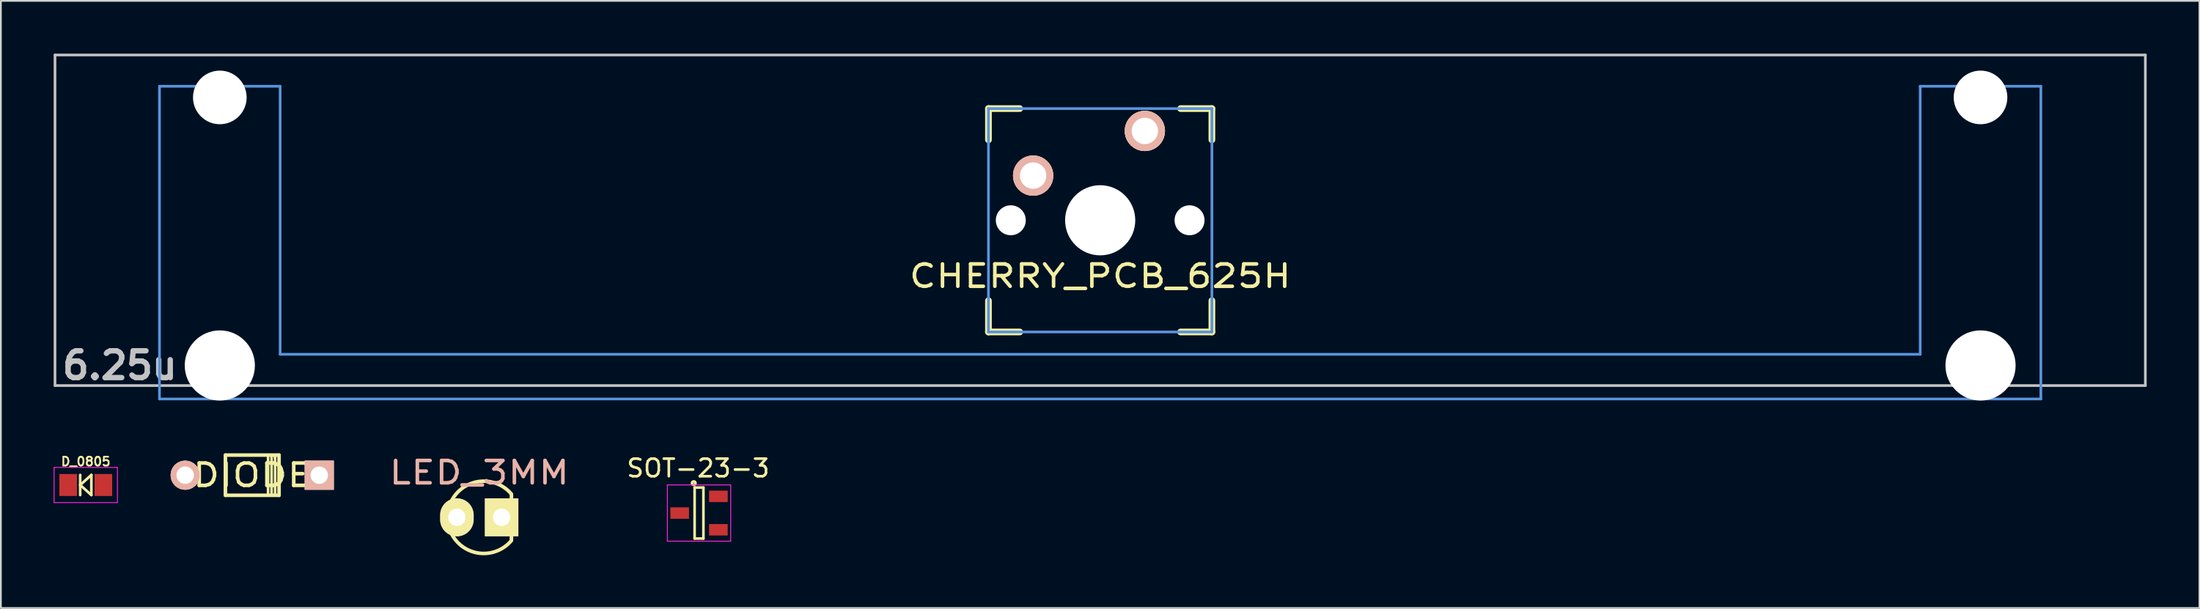
<source format=kicad_pcb>
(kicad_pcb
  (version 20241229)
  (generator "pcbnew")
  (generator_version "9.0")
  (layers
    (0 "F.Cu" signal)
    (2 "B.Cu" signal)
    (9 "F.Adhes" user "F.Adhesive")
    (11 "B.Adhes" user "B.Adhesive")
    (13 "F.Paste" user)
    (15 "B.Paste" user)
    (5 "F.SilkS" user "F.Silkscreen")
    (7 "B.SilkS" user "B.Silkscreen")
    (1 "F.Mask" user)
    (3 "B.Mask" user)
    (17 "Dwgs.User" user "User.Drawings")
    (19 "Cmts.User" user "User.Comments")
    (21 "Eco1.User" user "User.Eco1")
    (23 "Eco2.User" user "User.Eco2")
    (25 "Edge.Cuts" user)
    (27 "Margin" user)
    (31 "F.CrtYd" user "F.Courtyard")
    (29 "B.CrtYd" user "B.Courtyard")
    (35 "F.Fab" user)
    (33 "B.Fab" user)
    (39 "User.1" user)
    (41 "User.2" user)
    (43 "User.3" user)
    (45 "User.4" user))
  (footprint "LED_3MM"
    (layer "F.Cu")
    (at 24.19 26.363)
    (property "Reference" "LED_3MM" (at 0 -2.54 0) (layer "B.SilkS") (effects (font (size 1.27 1.524) (thickness 0.203))))
    (attr through_hole)
    (fp_line (start 1.829 1.27) (end 1.829 -1.27) (stroke (width 0.203) (type solid)) (layer "F.SilkS"))
    (fp_arc (start 1.828195 1.321521) (mid -1.801361 -0.000471) (end 1.8288 -1.3208) (stroke (width 0.2032) (type solid)) (layer "F.SilkS"))
    (pad "1" thru_hole oval (at -1.27 0) (size 1.905 2.159) (drill 0.991) (layers "*.Cu" "F.Mask" "F.SilkS" "F.Paste"))
    (pad "2" thru_hole rect (at 1.27 0) (size 1.905 2.159) (drill 0.991) (layers "*.Cu" "F.Mask" "F.SilkS" "F.Paste")))
  (footprint "DIODE"
    (layer "F.Cu")
    (at 11.286 23.968)
    (property "Reference" "DIODE" (at 0 0 0) (layer "F.SilkS") (effects (font (size 1.27 1.524) (thickness 0.203))))
    (attr through_hole)
    (fp_line (start -1.524 -1.143) (end 1.524 -1.143) (stroke (width 0.203) (type solid)) (layer "F.SilkS"))
    (fp_line (start -1.524 1.143) (end -1.524 -1.143) (stroke (width 0.203) (type solid)) (layer "F.SilkS"))
    (fp_line (start 0.9 1.1) (end 0.9 -1.1) (stroke (width 0.15) (type solid)) (layer "F.SilkS"))
    (fp_line (start 1.1 -1.1) (end 1.1 1.1) (stroke (width 0.15) (type solid)) (layer "F.SilkS"))
    (fp_line (start 1.3 -1.1) (end 1.3 -1) (stroke (width 0.15) (type solid)) (layer "F.SilkS"))
    (fp_line (start 1.3 -1) (end 1.3 -1.1) (stroke (width 0.15) (type solid)) (layer "F.SilkS"))
    (fp_line (start 1.3 1.1) (end 1.3 -1) (stroke (width 0.15) (type solid)) (layer "F.SilkS"))
    (fp_line (start 1.524 -1.143) (end 1.524 1.143) (stroke (width 0.203) (type solid)) (layer "F.SilkS"))
    (fp_line (start 1.524 1.143) (end -1.524 1.143) (stroke (width 0.203) (type solid)) (layer "F.SilkS"))
    (pad "1" thru_hole circle (at -3.81 0) (size 1.651 1.651) (drill 0.991) (layers "*.Cu" "*.SilkS" "*.Mask"))
    (pad "2" thru_hole rect (at 3.81 0) (size 1.651 1.651) (drill 0.991) (layers "*.Cu" "*.SilkS" "*.Mask")))
  (footprint "CHERRY_PCB_625H"
    (layer "F.Cu")
    (at 59.482 9.474)
    (property "Reference" "CHERRY_PCB_625H" (at 0 3.175 0) (layer "F.SilkS") (effects (font (size 1.27 1.524) (thickness 0.203))))
    (attr through_hole)
    (fp_line (start -6.35 -6.35) (end -4.572 -6.35) (stroke (width 0.381) (type solid)) (layer "F.SilkS"))
    (fp_line (start -6.35 -4.572) (end -6.35 -6.35) (stroke (width 0.381) (type solid)) (layer "F.SilkS"))
    (fp_line (start -6.35 6.35) (end -6.35 4.572) (stroke (width 0.381) (type solid)) (layer "F.SilkS"))
    (fp_line (start -4.572 6.35) (end -6.35 6.35) (stroke (width 0.381) (type solid)) (layer "F.SilkS"))
    (fp_line (start 4.572 -6.35) (end 6.35 -6.35) (stroke (width 0.381) (type solid)) (layer "F.SilkS"))
    (fp_line (start 6.35 -6.35) (end 6.35 -4.572) (stroke (width 0.381) (type solid)) (layer "F.SilkS"))
    (fp_line (start 6.35 4.572) (end 6.35 6.35) (stroke (width 0.381) (type solid)) (layer "F.SilkS"))
    (fp_line (start 6.35 6.35) (end 4.572 6.35) (stroke (width 0.381) (type solid)) (layer "F.SilkS"))
    (fp_line (start -59.406 -9.398) (end 59.406 -9.398) (stroke (width 0.152) (type solid)) (layer "Dwgs.User"))
    (fp_line (start -59.406 9.398) (end -59.406 -9.398) (stroke (width 0.152) (type solid)) (layer "Dwgs.User"))
    (fp_line (start 59.406 -9.398) (end 59.406 9.398) (stroke (width 0.152) (type solid)) (layer "Dwgs.User"))
    (fp_line (start 59.406 9.398) (end -59.406 9.398) (stroke (width 0.152) (type solid)) (layer "Dwgs.User"))
    (fp_line (start -53.467 -7.62) (end -53.467 10.16) (stroke (width 0.152) (type solid)) (layer "Cmts.User"))
    (fp_line (start -53.467 10.16) (end 53.467 10.16) (stroke (width 0.152) (type solid)) (layer "Cmts.User"))
    (fp_line (start -46.609 -7.62) (end -53.467 -7.62) (stroke (width 0.152) (type solid)) (layer "Cmts.User"))
    (fp_line (start -46.609 7.62) (end -46.609 -7.62) (stroke (width 0.152) (type solid)) (layer "Cmts.User"))
    (fp_line (start -6.35 -6.35) (end 6.35 -6.35) (stroke (width 0.152) (type solid)) (layer "Cmts.User"))
    (fp_line (start -6.35 6.35) (end -6.35 -6.35) (stroke (width 0.152) (type solid)) (layer "Cmts.User"))
    (fp_line (start 6.35 -6.35) (end 6.35 6.35) (stroke (width 0.152) (type solid)) (layer "Cmts.User"))
    (fp_line (start 6.35 6.35) (end -6.35 6.35) (stroke (width 0.152) (type solid)) (layer "Cmts.User"))
    (fp_line (start 46.609 -7.62) (end 46.609 7.62) (stroke (width 0.152) (type solid)) (layer "Cmts.User"))
    (fp_line (start 46.609 7.62) (end -46.609 7.62) (stroke (width 0.152) (type solid)) (layer "Cmts.User"))
    (fp_line (start 53.467 -7.62) (end 46.609 -7.62) (stroke (width 0.152) (type solid)) (layer "Cmts.User"))
    (fp_line (start 53.467 10.16) (end 53.467 -7.62) (stroke (width 0.152) (type solid)) (layer "Cmts.User"))
    (fp_line (start -54.229 -2.286) (end -53.365 -2.286) (stroke (width 0.152) (type solid)) (layer "Eco2.User"))
    (fp_line (start -54.229 0.508) (end -54.229 -2.286) (stroke (width 0.152) (type solid)) (layer "Eco2.User"))
    (fp_line (start -53.365 -5.69) (end -46.711 -5.69) (stroke (width 0.152) (type solid)) (layer "Eco2.User"))
    (fp_line (start -53.365 -2.286) (end -53.365 -5.69) (stroke (width 0.152) (type solid)) (layer "Eco2.User"))
    (fp_line (start -53.365 0.508) (end -54.229 0.508) (stroke (width 0.152) (type solid)) (layer "Eco2.User"))
    (fp_line (start -53.365 6.604) (end -53.365 0.508) (stroke (width 0.152) (type solid)) (layer "Eco2.User"))
    (fp_line (start -52.324 6.604) (end -53.365 6.604) (stroke (width 0.152) (type solid)) (layer "Eco2.User"))
    (fp_line (start -52.324 7.772) (end -52.324 6.604) (stroke (width 0.152) (type solid)) (layer "Eco2.User"))
    (fp_line (start -47.752 6.604) (end -47.752 7.772) (stroke (width 0.152) (type solid)) (layer "Eco2.User"))
    (fp_line (start -47.752 7.772) (end -52.324 7.772) (stroke (width 0.152) (type solid)) (layer "Eco2.User"))
    (fp_line (start -46.711 -5.69) (end -46.711 -2.286) (stroke (width 0.152) (type solid)) (layer "Eco2.User"))
    (fp_line (start -46.711 -2.286) (end -6.985 -2.286) (stroke (width 0.152) (type solid)) (layer "Eco2.User"))
    (fp_line (start -46.711 2.286) (end -46.711 6.604) (stroke (width 0.152) (type solid)) (layer "Eco2.User"))
    (fp_line (start -46.711 6.604) (end -47.752 6.604) (stroke (width 0.152) (type solid)) (layer "Eco2.User"))
    (fp_line (start -6.985 -6.985) (end 6.985 -6.985) (stroke (width 0.152) (type solid)) (layer "Eco2.User"))
    (fp_line (start -6.985 -2.286) (end -6.985 -6.985) (stroke (width 0.152) (type solid)) (layer "Eco2.User"))
    (fp_line (start -6.985 2.286) (end -46.711 2.286) (stroke (width 0.152) (type solid)) (layer "Eco2.User"))
    (fp_line (start -6.985 6.985) (end -6.985 2.286) (stroke (width 0.152) (type solid)) (layer "Eco2.User"))
    (fp_line (start 6.985 -6.985) (end 6.985 -2.286) (stroke (width 0.152) (type solid)) (layer "Eco2.User"))
    (fp_line (start 6.985 -2.286) (end 46.711 -2.286) (stroke (width 0.152) (type solid)) (layer "Eco2.User"))
    (fp_line (start 6.985 2.286) (end 6.985 6.985) (stroke (width 0.152) (type solid)) (layer "Eco2.User"))
    (fp_line (start 6.985 6.985) (end -6.985 6.985) (stroke (width 0.152) (type solid)) (layer "Eco2.User"))
    (fp_line (start 46.711 -5.69) (end 53.365 -5.69) (stroke (width 0.152) (type solid)) (layer "Eco2.User"))
    (fp_line (start 46.711 -2.286) (end 46.711 -5.69) (stroke (width 0.152) (type solid)) (layer "Eco2.User"))
    (fp_line (start 46.711 2.286) (end 6.985 2.286) (stroke (width 0.152) (type solid)) (layer "Eco2.User"))
    (fp_line (start 46.711 6.604) (end 46.711 2.286) (stroke (width 0.152) (type solid)) (layer "Eco2.User"))
    (fp_line (start 47.752 6.604) (end 46.711 6.604) (stroke (width 0.152) (type solid)) (layer "Eco2.User"))
    (fp_line (start 47.752 7.772) (end 47.752 6.604) (stroke (width 0.152) (type solid)) (layer "Eco2.User"))
    (fp_line (start 52.324 6.604) (end 52.324 7.772) (stroke (width 0.152) (type solid)) (layer "Eco2.User"))
    (fp_line (start 52.324 7.772) (end 47.752 7.772) (stroke (width 0.152) (type solid)) (layer "Eco2.User"))
    (fp_line (start 53.365 -5.69) (end 53.365 -2.286) (stroke (width 0.152) (type solid)) (layer "Eco2.User"))
    (fp_line (start 53.365 -2.286) (end 54.229 -2.286) (stroke (width 0.152) (type solid)) (layer "Eco2.User"))
    (fp_line (start 53.365 0.508) (end 53.365 6.604) (stroke (width 0.152) (type solid)) (layer "Eco2.User"))
    (fp_line (start 53.365 6.604) (end 52.324 6.604) (stroke (width 0.152) (type solid)) (layer "Eco2.User"))
    (fp_line (start 54.229 -2.286) (end 54.229 0.508) (stroke (width 0.152) (type solid)) (layer "Eco2.User"))
    (fp_line (start 54.229 0.508) (end 53.365 0.508) (stroke (width 0.152) (type solid)) (layer "Eco2.User"))
    (fp_text user "6.25u" (at -55.723 8.255 0) (layer "Dwgs.User") (effects (font (size 1.524 1.524) (thickness 0.305))))
    (pad "" np_thru_hole circle (at -50.038 -6.985) (size 3.048 3.048) (drill 3.048) (layers "*.Cu"))
    (pad "" np_thru_hole circle (at -50.038 8.255) (size 3.988 3.988) (drill 3.988) (layers "*.Cu"))
    (pad "" np_thru_hole circle (at -5.08 0) (size 1.702 1.702) (drill 1.702) (layers "*.Cu"))
    (pad "" np_thru_hole circle (at 0 0) (size 3.988 3.988) (drill 3.988) (layers "*.Cu"))
    (pad "" np_thru_hole circle (at 5.08 0) (size 1.702 1.702) (drill 1.702) (layers "*.Cu"))
    (pad "" np_thru_hole circle (at 50.038 -6.985) (size 3.048 3.048) (drill 3.048) (layers "*.Cu"))
    (pad "" np_thru_hole circle (at 50.038 8.255) (size 3.988 3.988) (drill 3.988) (layers "*.Cu"))
    (pad "1" thru_hole circle (at 2.54 -5.08) (size 2.286 2.286) (drill 1.499) (layers "*.Cu" "*.SilkS" "*.Mask"))
    (pad "2" thru_hole circle (at -3.81 -2.54) (size 2.286 2.286) (drill 1.499) (layers "*.Cu" "*.SilkS" "*.Mask")))
  (footprint "D_0805"
    (layer "F.Cu")
    (at 1.825 24.525)
    (property "Reference" "D_0805" (at 0 -1.333 0) (layer "F.SilkS") (effects (font (size 0.5 0.5) (thickness 0.1))))
    (attr smd)
    (fp_line (start -0.318 -0.572) (end -0.318 0.572) (stroke (width 0.15) (type solid)) (layer "F.SilkS"))
    (fp_line (start -0.318 0) (end 0.318 -0.572) (stroke (width 0.15) (type solid)) (layer "F.SilkS"))
    (fp_line (start 0.318 -0.572) (end 0.318 0.572) (stroke (width 0.15) (type solid)) (layer "F.SilkS"))
    (fp_line (start 0.318 0.572) (end -0.318 0) (stroke (width 0.15) (type solid)) (layer "F.SilkS"))
    (fp_line (start -1.8 -1) (end -1.8 1) (stroke (width 0.05) (type solid)) (layer "F.CrtYd"))
    (fp_line (start -1.8 -1) (end 1.8 -1) (stroke (width 0.05) (type solid)) (layer "F.CrtYd"))
    (fp_line (start -1.8 1) (end 1.8 1) (stroke (width 0.05) (type solid)) (layer "F.CrtYd"))
    (fp_line (start 1.8 -1) (end 1.8 1) (stroke (width 0.05) (type solid)) (layer "F.CrtYd"))
    (pad "1" smd rect (at -1 0) (size 1 1.25) (layers "F.Cu" "F.Mask" "F.Paste"))
    (pad "2" smd rect (at 1 0) (size 1 1.25) (layers "F.Cu" "F.Mask" "F.Paste")))
  (footprint "SOT-23-3"
    (layer "F.Cu")
    (at 36.681 26.121)
    (property "Reference" "SOT-23-3" (at -0.05 -2.55 0) (layer "F.SilkS") (effects (font (size 1 1) (thickness 0.15))))
    (attr smd)
    (fp_line (start -0.25 -1.45) (end -0.25 1.45) (stroke (width 0.15) (type solid)) (layer "F.SilkS"))
    (fp_line (start -0.25 1.45) (end 0.25 1.45) (stroke (width 0.15) (type solid)) (layer "F.SilkS"))
    (fp_line (start 0.25 -1.45) (end -0.25 -1.45) (stroke (width 0.15) (type solid)) (layer "F.SilkS"))
    (fp_line (start 0.25 1.45) (end 0.25 -1.45) (stroke (width 0.15) (type solid)) (layer "F.SilkS"))
    (fp_circle (center -0.3 -1.7) (end -0.2 -1.7) (stroke (width 0.15) (type solid)) (fill no) (layer "F.SilkS"))
    (fp_line (start -1.8 -1.6) (end 1.8 -1.6) (stroke (width 0.05) (type solid)) (layer "F.CrtYd"))
    (fp_line (start -1.8 1.6) (end -1.8 -1.6) (stroke (width 0.05) (type solid)) (layer "F.CrtYd"))
    (fp_line (start 1.8 -1.6) (end 1.8 1.6) (stroke (width 0.05) (type solid)) (layer "F.CrtYd"))
    (fp_line (start 1.8 1.6) (end -1.8 1.6) (stroke (width 0.05) (type solid)) (layer "F.CrtYd"))
    (pad "1" smd rect (at 1.1 0.95) (size 1.06 0.65) (layers "F.Cu" "F.Mask" "F.Paste"))
    (pad "2" smd rect (at 1.1 -0.95) (size 1.06 0.65) (layers "F.Cu" "F.Mask" "F.Paste"))
    (pad "3" smd rect (at -1.1 0) (size 1.06 0.65) (layers "F.Cu" "F.Mask" "F.Paste")))
  (gr_rect
    (start -3 -3)
    (end 121.963 31.52)
    (stroke (width 0.1) (type default))
    (fill no)
    (layer "Edge.Cuts")))
</source>
